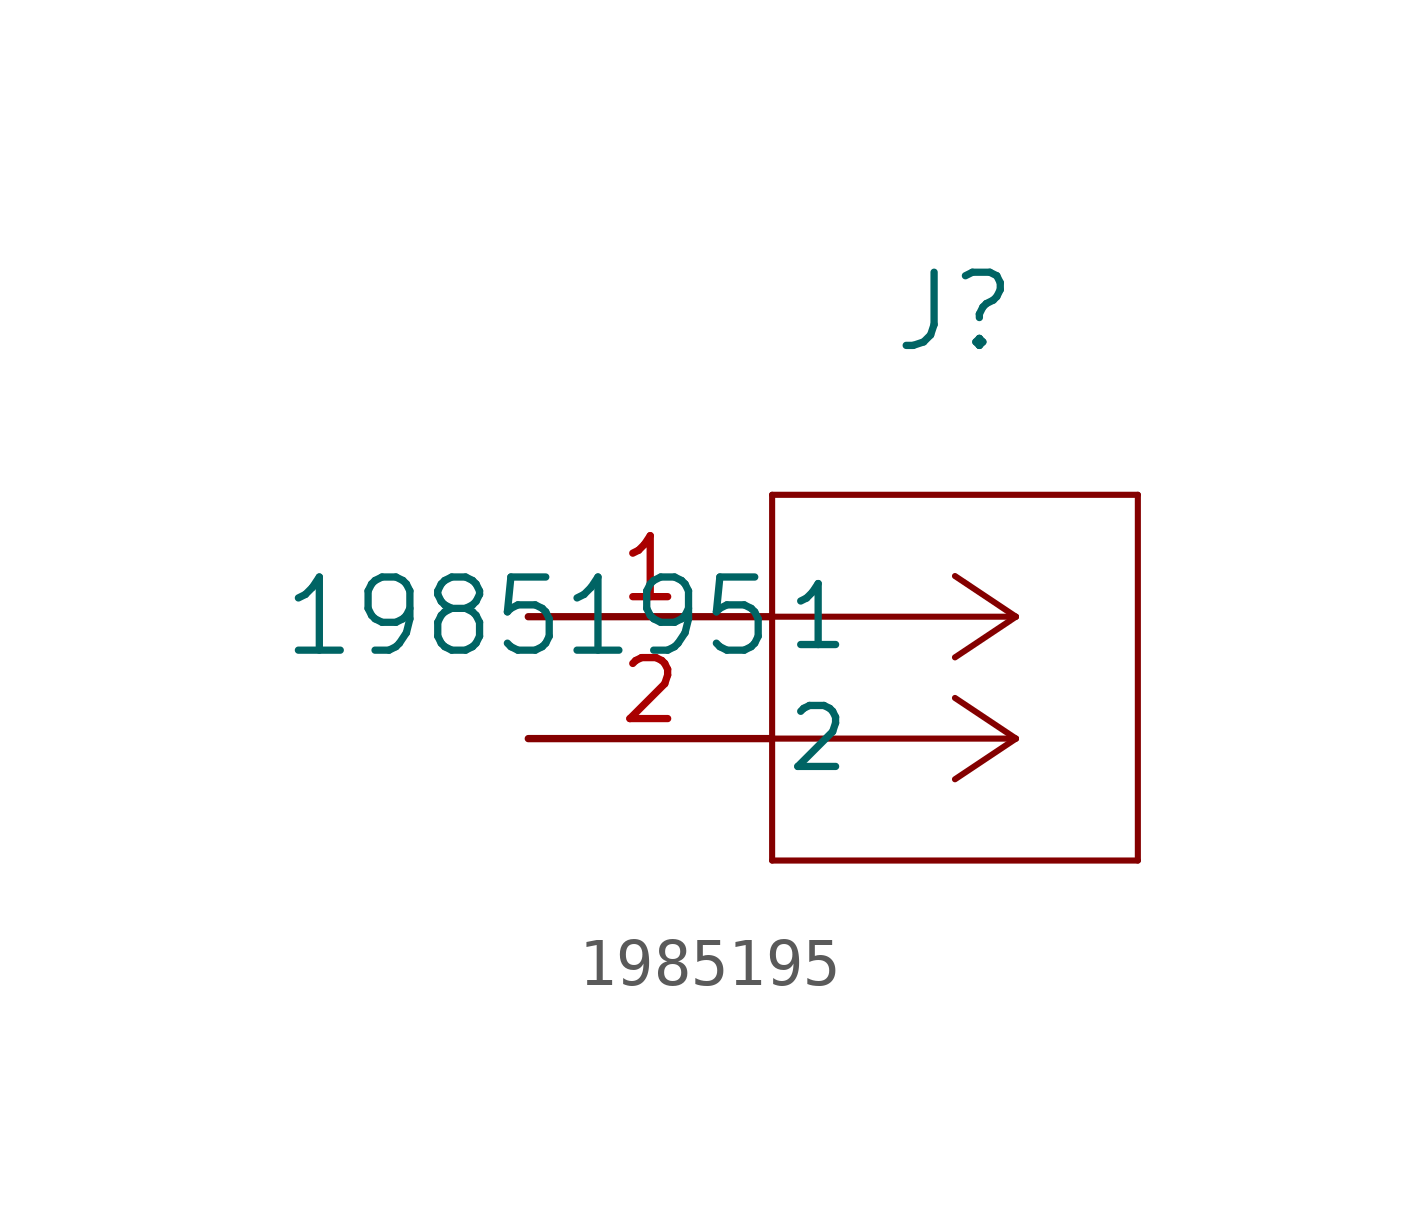
<source format=kicad_sym>
(kicad_symbol_lib
  (version 20211014)
  (generator kicad_symbol_editor)
  (symbol "1985195"
    (pin_names
      (offset 0.254))
    (property "Reference" "J"
      (at 8.89 6.35 0)
      (effects (font (size 1.524 1.524))))
    (property "Value" "1985195"
      (at 0 0 0)
      (effects (font (size 1.524 1.524))))
    (symbol "1985195_0_1"
      (polyline (pts (xy 10.16 0) (xy 5.08 0)) (stroke (width 0.127) (type default) (color 0 0 0 0)) (fill (type none)))
      (polyline (pts (xy 10.16 -2.54) (xy 5.08 -2.54)) (stroke (width 0.127) (type default) (color 0 0 0 0)) (fill (type none)))
      (polyline (pts (xy 10.16 0) (xy 8.89 0.847)) (stroke (width 0.127) (type default) (color 0 0 0 0)) (fill (type none)))
      (polyline (pts (xy 10.16 -2.54) (xy 8.89 -1.693)) (stroke (width 0.127) (type default) (color 0 0 0 0)) (fill (type none)))
      (polyline (pts (xy 10.16 0) (xy 8.89 -0.847)) (stroke (width 0.127) (type default) (color 0 0 0 0)) (fill (type none)))
      (polyline (pts (xy 10.16 -2.54) (xy 8.89 -3.387)) (stroke (width 0.127) (type default) (color 0 0 0 0)) (fill (type none)))
      (polyline (pts (xy 5.08 2.54) (xy 5.08 -5.08)) (stroke (width 0.127) (type default) (color 0 0 0 0)) (fill (type none)))
      (polyline (pts (xy 5.08 -5.08) (xy 12.7 -5.08)) (stroke (width 0.127) (type default) (color 0 0 0 0)) (fill (type none)))
      (polyline (pts (xy 12.7 -5.08) (xy 12.7 2.54)) (stroke (width 0.127) (type default) (color 0 0 0 0)) (fill (type none)))
      (polyline (pts (xy 12.7 2.54) (xy 5.08 2.54)) (stroke (width 0.127) (type default) (color 0 0 0 0)) (fill (type none)))
      (pin unspecified line (at 0 0 0) (length 5.08) (name "1" (effects (font (size 1.27 1.27)))) (number "1" (effects (font (size 1.27 1.27)))))
      (pin unspecified line (at 0 -2.54 0) (length 5.08) (name "2" (effects (font (size 1.27 1.27)))) (number "2" (effects (font (size 1.27 1.27))))))))
</source>
